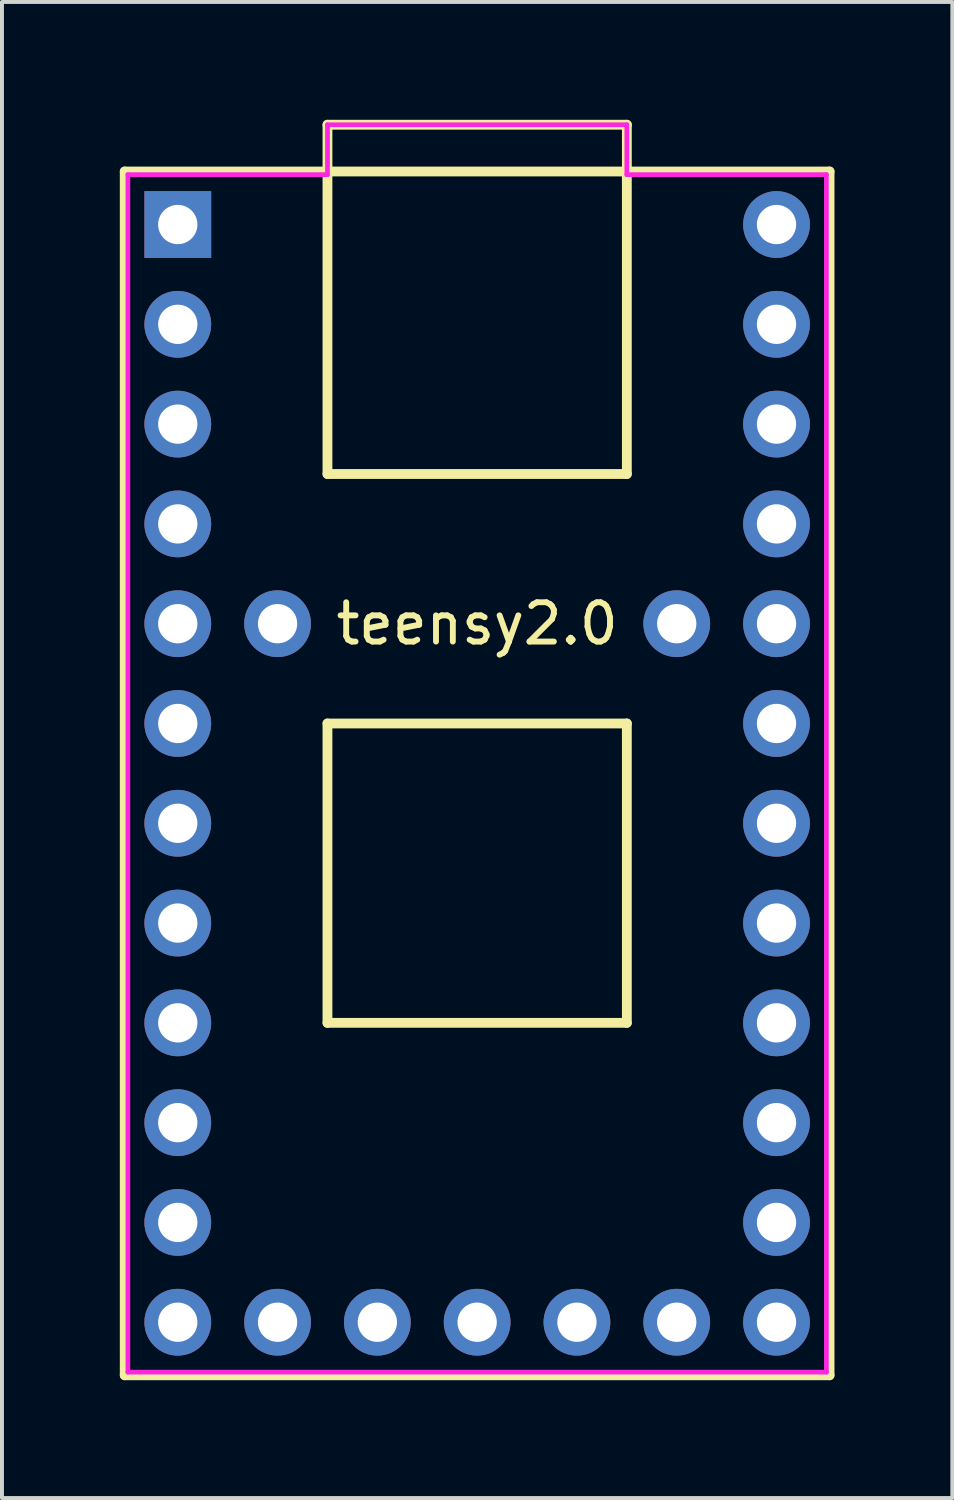
<source format=kicad_pcb>
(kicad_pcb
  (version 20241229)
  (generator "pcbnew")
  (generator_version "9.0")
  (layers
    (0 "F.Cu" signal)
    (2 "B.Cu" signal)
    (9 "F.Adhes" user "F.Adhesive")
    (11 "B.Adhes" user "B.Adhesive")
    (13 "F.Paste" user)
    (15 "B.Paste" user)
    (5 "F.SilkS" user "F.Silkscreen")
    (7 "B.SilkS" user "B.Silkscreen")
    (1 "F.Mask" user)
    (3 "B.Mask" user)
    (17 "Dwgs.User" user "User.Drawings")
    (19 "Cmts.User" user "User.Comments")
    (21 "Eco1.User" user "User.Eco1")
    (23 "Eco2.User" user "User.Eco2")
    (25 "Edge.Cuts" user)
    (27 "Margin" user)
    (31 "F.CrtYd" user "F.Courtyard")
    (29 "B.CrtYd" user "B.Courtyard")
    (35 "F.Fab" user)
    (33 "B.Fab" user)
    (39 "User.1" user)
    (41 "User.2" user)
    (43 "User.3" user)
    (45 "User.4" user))
  (footprint "teensy2.0"
    (layer "F.Cu")
    (at 9.095 16.635)
    (property "Reference" "teensy2.0" (at 0 -3.81 0) (layer "F.SilkS") (effects (font (size 1 1) (thickness 0.15))))
    (attr through_hole)
    (fp_line (start -8.97 -15.32) (end 8.97 -15.32) (stroke (width 0.25) (type solid)) (layer "F.SilkS"))
    (fp_line (start -8.97 15.32) (end -8.97 -15.32) (stroke (width 0.25) (type solid)) (layer "F.SilkS"))
    (fp_line (start -3.81 -16.51) (end 3.81 -16.51) (stroke (width 0.25) (type solid)) (layer "F.SilkS"))
    (fp_line (start -3.81 -7.62) (end -3.81 -16.51) (stroke (width 0.25) (type solid)) (layer "F.SilkS"))
    (fp_line (start -3.81 -1.27) (end -3.81 6.35) (stroke (width 0.25) (type solid)) (layer "F.SilkS"))
    (fp_line (start -3.81 6.35) (end 3.81 6.35) (stroke (width 0.25) (type solid)) (layer "F.SilkS"))
    (fp_line (start 3.81 -16.51) (end 3.81 -7.62) (stroke (width 0.25) (type solid)) (layer "F.SilkS"))
    (fp_line (start 3.81 -7.62) (end -3.81 -7.62) (stroke (width 0.25) (type solid)) (layer "F.SilkS"))
    (fp_line (start 3.81 -1.27) (end -3.81 -1.27) (stroke (width 0.25) (type solid)) (layer "F.SilkS"))
    (fp_line (start 3.81 6.35) (end 3.81 -1.27) (stroke (width 0.25) (type solid)) (layer "F.SilkS"))
    (fp_line (start 8.97 -15.32) (end 8.97 15.32) (stroke (width 0.25) (type solid)) (layer "F.SilkS"))
    (fp_line (start 8.97 15.32) (end -8.97 15.32) (stroke (width 0.25) (type solid)) (layer "F.SilkS"))
    (fp_line (start -8.89 -15.24) (end -8.89 15.24) (stroke (width 0.12) (type solid)) (layer "F.CrtYd"))
    (fp_line (start -8.89 15.24) (end 8.89 15.24) (stroke (width 0.12) (type solid)) (layer "F.CrtYd"))
    (fp_line (start -3.81 -16.51) (end -3.81 -15.24) (stroke (width 0.12) (type solid)) (layer "F.CrtYd"))
    (fp_line (start -3.81 -15.24) (end -8.89 -15.24) (stroke (width 0.12) (type solid)) (layer "F.CrtYd"))
    (fp_line (start 3.81 -16.51) (end -3.81 -16.51) (stroke (width 0.12) (type solid)) (layer "F.CrtYd"))
    (fp_line (start 3.81 -15.24) (end 3.81 -16.51) (stroke (width 0.12) (type solid)) (layer "F.CrtYd"))
    (fp_line (start 8.89 -15.24) (end 3.81 -15.24) (stroke (width 0.12) (type solid)) (layer "F.CrtYd"))
    (fp_line (start 8.89 15.24) (end 8.89 -15.24) (stroke (width 0.12) (type solid)) (layer "F.CrtYd"))
    (pad "1" thru_hole rect (at -7.62 -13.97) (size 1.7 1.7) (drill 1) (layers "*.Cu" "*.Mask"))
    (pad "2" thru_hole circle (at -7.62 -11.43) (size 1.7 1.7) (drill 1) (layers "*.Cu" "*.Mask"))
    (pad "3" thru_hole circle (at -7.62 -8.89) (size 1.7 1.7) (drill 1) (layers "*.Cu" "*.Mask"))
    (pad "4" thru_hole circle (at -7.62 -6.35) (size 1.7 1.7) (drill 1) (layers "*.Cu" "*.Mask"))
    (pad "5" thru_hole circle (at -7.62 -3.81) (size 1.7 1.7) (drill 1) (layers "*.Cu" "*.Mask"))
    (pad "6" thru_hole circle (at -7.62 -1.27) (size 1.7 1.7) (drill 1) (layers "*.Cu" "*.Mask"))
    (pad "7" thru_hole circle (at -7.62 1.27) (size 1.7 1.7) (drill 1) (layers "*.Cu" "*.Mask"))
    (pad "8" thru_hole circle (at -7.62 3.81) (size 1.7 1.7) (drill 1) (layers "*.Cu" "*.Mask"))
    (pad "9" thru_hole circle (at -7.62 6.35) (size 1.7 1.7) (drill 1) (layers "*.Cu" "*.Mask"))
    (pad "10" thru_hole circle (at -7.62 8.89) (size 1.7 1.7) (drill 1) (layers "*.Cu" "*.Mask"))
    (pad "11" thru_hole circle (at -7.62 11.43) (size 1.7 1.7) (drill 1) (layers "*.Cu" "*.Mask"))
    (pad "12" thru_hole circle (at -7.62 13.97) (size 1.7 1.7) (drill 1) (layers "*.Cu" "*.Mask"))
    (pad "13" thru_hole circle (at -5.08 13.97) (size 1.7 1.7) (drill 1) (layers "*.Cu" "*.Mask"))
    (pad "14" thru_hole circle (at -2.54 13.97) (size 1.7 1.7) (drill 1) (layers "*.Cu" "*.Mask"))
    (pad "15" thru_hole circle (at 0 13.97) (size 1.7 1.7) (drill 1) (layers "*.Cu" "*.Mask"))
    (pad "16" thru_hole circle (at 2.54 13.97) (size 1.7 1.7) (drill 1) (layers "*.Cu" "*.Mask"))
    (pad "17" thru_hole circle (at 5.08 13.97) (size 1.7 1.7) (drill 1) (layers "*.Cu" "*.Mask"))
    (pad "18" thru_hole circle (at 7.62 13.97) (size 1.7 1.7) (drill 1) (layers "*.Cu" "*.Mask"))
    (pad "19" thru_hole circle (at 7.62 11.43) (size 1.7 1.7) (drill 1) (layers "*.Cu" "*.Mask"))
    (pad "20" thru_hole circle (at 7.62 8.89) (size 1.7 1.7) (drill 1) (layers "*.Cu" "*.Mask"))
    (pad "21" thru_hole circle (at 7.62 6.35) (size 1.7 1.7) (drill 1) (layers "*.Cu" "*.Mask"))
    (pad "22" thru_hole circle (at 7.62 3.81) (size 1.7 1.7) (drill 1) (layers "*.Cu" "*.Mask"))
    (pad "23" thru_hole circle (at 7.62 1.27) (size 1.7 1.7) (drill 1) (layers "*.Cu" "*.Mask"))
    (pad "24" thru_hole circle (at 7.62 -1.27) (size 1.7 1.7) (drill 1) (layers "*.Cu" "*.Mask"))
    (pad "25" thru_hole circle (at 7.62 -3.81) (size 1.7 1.7) (drill 1) (layers "*.Cu" "*.Mask"))
    (pad "26" thru_hole circle (at 7.62 -6.35) (size 1.7 1.7) (drill 1) (layers "*.Cu" "*.Mask"))
    (pad "27" thru_hole circle (at 7.62 -8.89) (size 1.7 1.7) (drill 1) (layers "*.Cu" "*.Mask"))
    (pad "28" thru_hole circle (at 7.62 -11.43) (size 1.7 1.7) (drill 1) (layers "*.Cu" "*.Mask"))
    (pad "29" thru_hole circle (at 7.62 -13.97) (size 1.7 1.7) (drill 1) (layers "*.Cu" "*.Mask"))
    (pad "30" thru_hole circle (at -5.08 -3.81) (size 1.7 1.7) (drill 1) (layers "*.Cu" "*.Mask"))
    (pad "31" thru_hole circle (at 5.08 -3.81) (size 1.7 1.7) (drill 1) (layers "*.Cu" "*.Mask")))
  (gr_rect
    (start -3 -3)
    (end 21.19 35.08)
    (stroke (width 0.1) (type default))
    (fill no)
    (layer "Edge.Cuts")))
</source>
